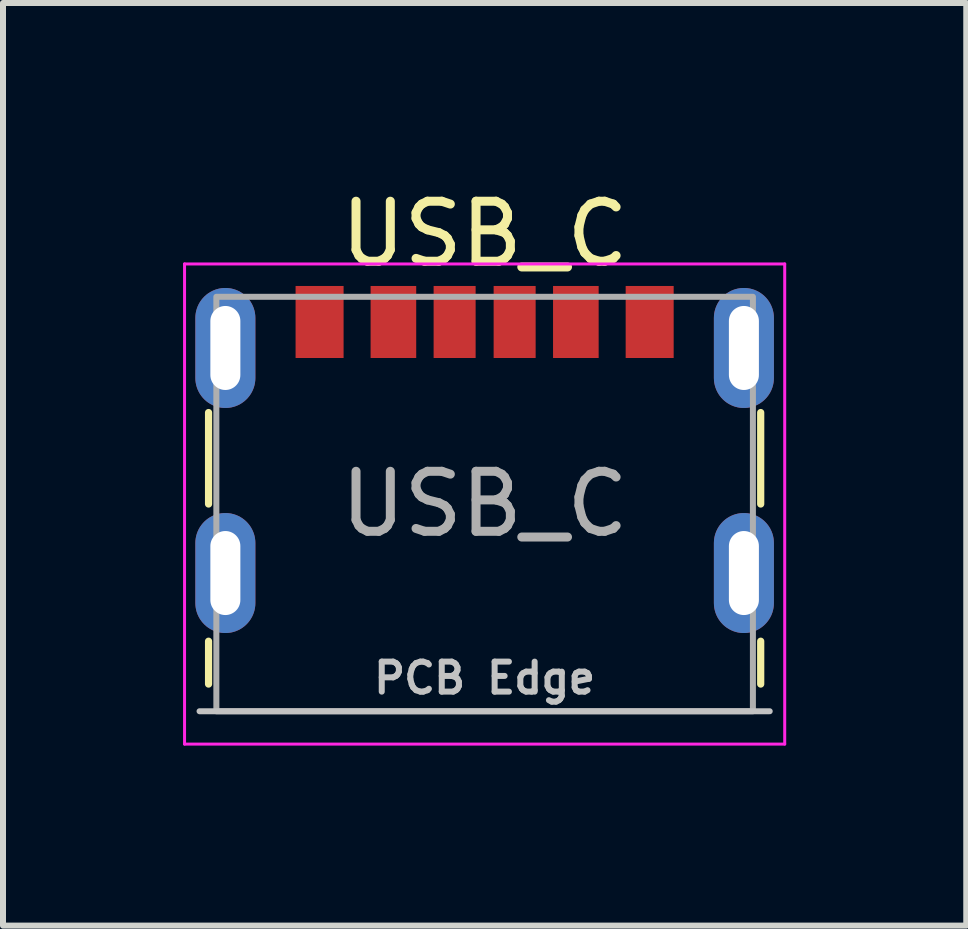
<source format=kicad_pcb>
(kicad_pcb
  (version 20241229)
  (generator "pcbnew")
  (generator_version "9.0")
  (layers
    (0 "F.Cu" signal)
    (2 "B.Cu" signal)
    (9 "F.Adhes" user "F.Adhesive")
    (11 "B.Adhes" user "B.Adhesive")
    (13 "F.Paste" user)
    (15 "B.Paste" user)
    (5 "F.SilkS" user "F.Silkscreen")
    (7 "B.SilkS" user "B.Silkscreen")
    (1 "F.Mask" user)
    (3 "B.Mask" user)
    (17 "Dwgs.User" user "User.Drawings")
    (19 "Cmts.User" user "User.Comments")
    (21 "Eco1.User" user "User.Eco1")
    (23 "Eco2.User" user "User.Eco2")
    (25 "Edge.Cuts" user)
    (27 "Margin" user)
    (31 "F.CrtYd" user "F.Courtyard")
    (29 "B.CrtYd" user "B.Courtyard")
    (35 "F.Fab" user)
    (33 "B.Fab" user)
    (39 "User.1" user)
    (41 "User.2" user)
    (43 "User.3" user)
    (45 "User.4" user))
  (footprint "USB_C"
    (layer "F.Cu")
    (at 5.025 5.348)
    (property "Reference" "USB_C" (at 0 -4.5 0) (unlocked yes) (layer "F.SilkS") (effects (font (size 1 1) (thickness 0.15))))
    (attr smd)
    (fp_line (start -4.6 -1.524) (end -4.6 0) (stroke (width 0.12) (type solid)) (layer "F.SilkS"))
    (fp_line (start -4.6 2.286) (end -4.6 3) (stroke (width 0.12) (type solid)) (layer "F.SilkS"))
    (fp_line (start 4.6 -1.524) (end 4.6 0) (stroke (width 0.12) (type solid)) (layer "F.SilkS"))
    (fp_line (start 4.6 2.286) (end 4.6 3) (stroke (width 0.12) (type solid)) (layer "F.SilkS"))
    (fp_line (start -4.75 3.453) (end 4.75 3.453) (stroke (width 0.1) (type solid)) (layer "Dwgs.User"))
    (fp_line (start -5 -4) (end -5 4) (stroke (width 0.05) (type solid)) (layer "F.CrtYd"))
    (fp_line (start -5 4) (end 5 4) (stroke (width 0.05) (type solid)) (layer "F.CrtYd"))
    (fp_line (start 5 -4) (end -5 -4) (stroke (width 0.05) (type solid)) (layer "F.CrtYd"))
    (fp_line (start 5 -4) (end 5 4) (stroke (width 0.05) (type solid)) (layer "F.CrtYd"))
    (fp_rect (start -4.47 -3.453) (end 4.47 3.453) (stroke (width 0.1) (type solid)) (fill no) (layer "F.Fab"))
    (fp_text user "PCB Edge" (at 0 2.9 0) (unlocked yes) (layer "Dwgs.User") (effects (font (size 0.5 0.5) (thickness 0.1))))
    (fp_text user "${REFERENCE}" (at 0 0 0) (unlocked yes) (layer "F.Fab") (effects (font (size 1 1) (thickness 0.15))))
    (pad "A5" smd rect (at -0.5 -3.033) (size 0.7 1.2) (layers "F.Cu" "F.Mask" "F.Paste"))
    (pad "A9" smd rect (at 1.52 -3.033 180) (size 0.76 1.2) (layers "F.Cu" "F.Mask" "F.Paste"))
    (pad "A12" smd rect (at 2.75 -3.033 180) (size 0.8 1.2) (layers "F.Cu" "F.Mask" "F.Paste"))
    (pad "B5" smd rect (at 0.5 -3.033 180) (size 0.7 1.2) (layers "F.Cu" "F.Mask" "F.Paste"))
    (pad "B9" smd rect (at -1.52 -3.033) (size 0.76 1.2) (layers "F.Cu" "F.Mask" "F.Paste"))
    (pad "B12" smd rect (at -2.75 -3.033) (size 0.8 1.2) (layers "F.Cu" "F.Mask" "F.Paste"))
    (pad "S1" thru_hole oval (at -4.32 -2.6) (size 1 2) (drill oval 0.5 1.4) (layers "*.Cu" "*.Mask"))
    (pad "S1" thru_hole oval (at -4.32 1.15) (size 1 2) (drill oval 0.5 1.4) (layers "*.Cu" "*.Mask"))
    (pad "S1" thru_hole oval (at 4.32 -2.6) (size 1 2) (drill oval 0.5 1.4) (layers "*.Cu" "*.Mask"))
    (pad "S1" thru_hole oval (at 4.32 1.15) (size 1 2) (drill oval 0.5 1.4) (layers "*.Cu" "*.Mask")))
  (gr_rect
    (start -3 -3)
    (end 13.05 12.373)
    (stroke (width 0.1) (type default))
    (fill no)
    (layer "Edge.Cuts")))
</source>
